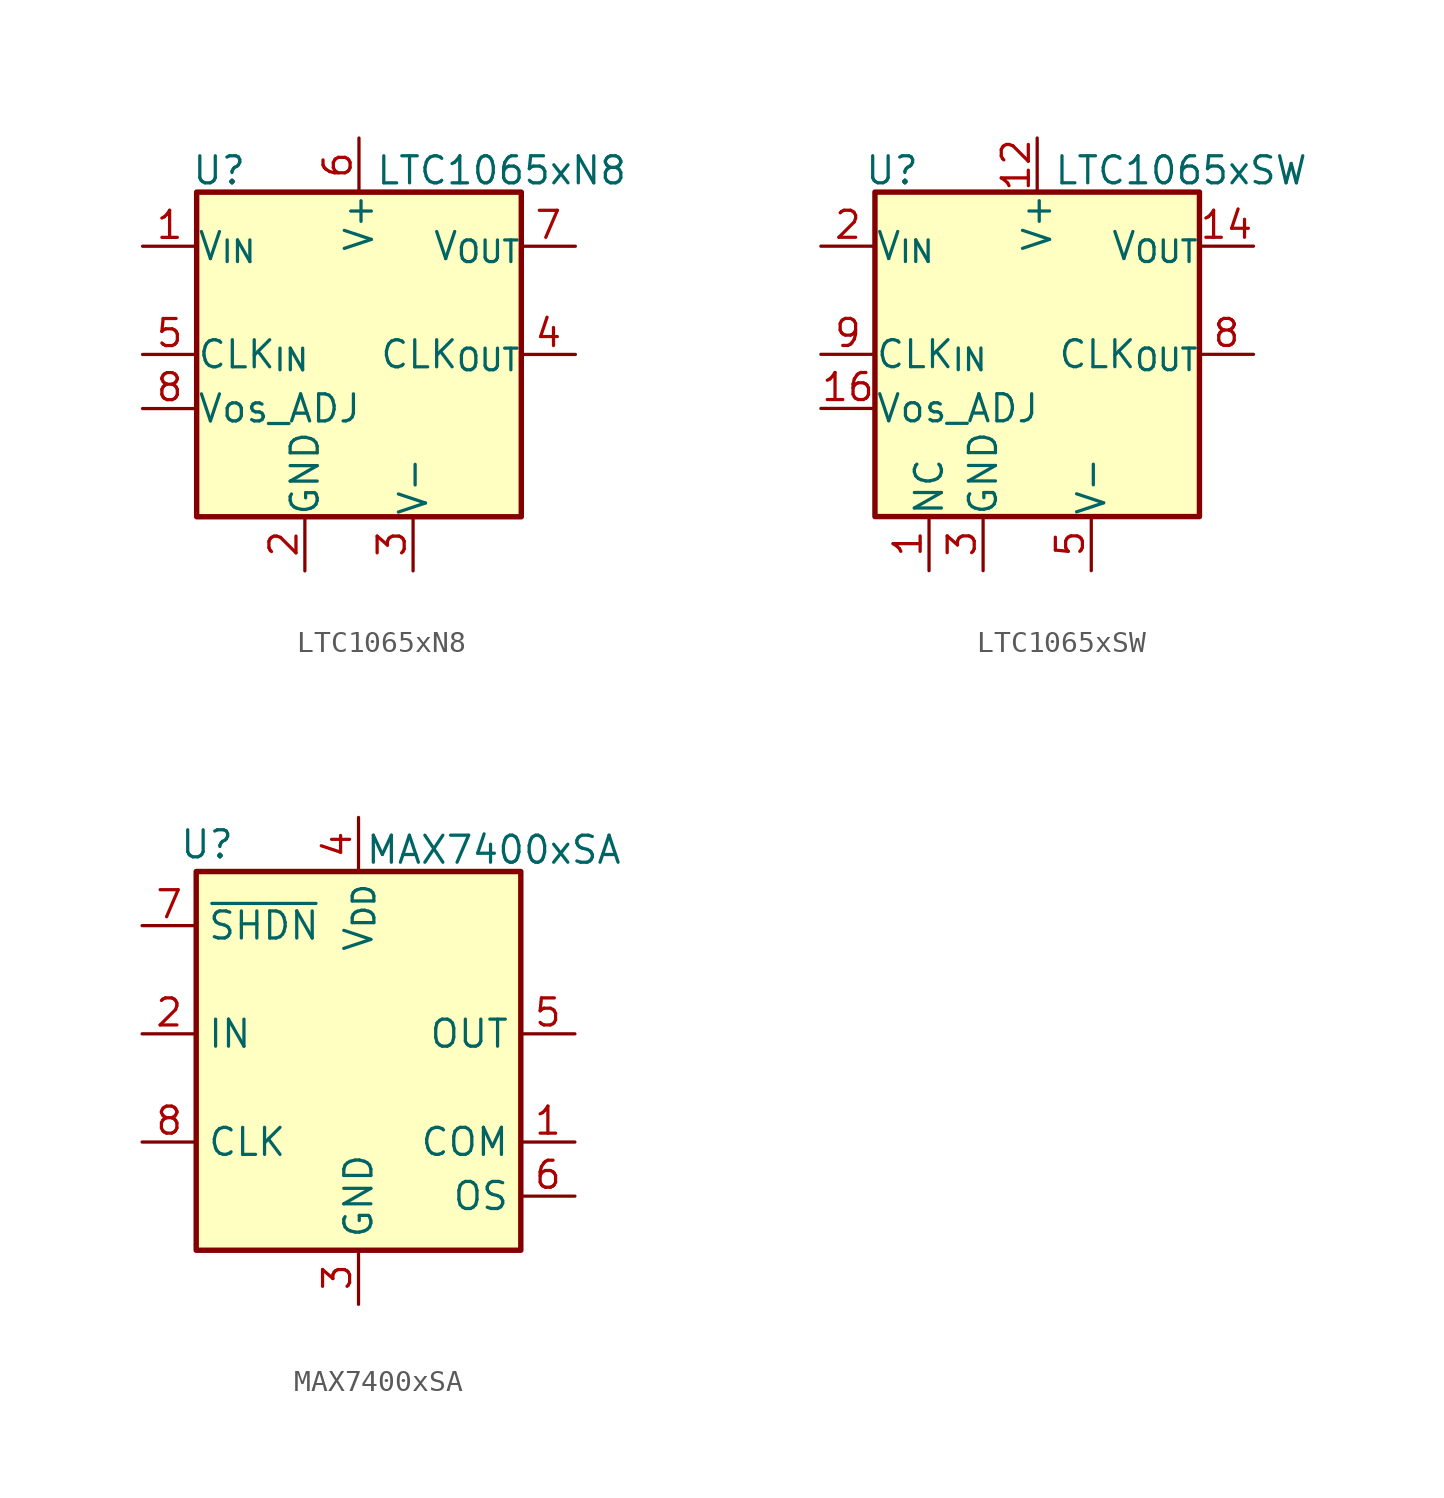
<source format=kicad_sym>
(kicad_symbol_lib
  (version 20241209)
  (generator "kicad_symbol_editor")
  (generator_version "9.0")
  (symbol "LTC1065xN8"
    (pin_names
      (offset 0.002))
    (property "Reference" "U"
      (at -7.874 8.636 0)
      (effects (font (size 1.27 1.27)) (justify left)))
    (property "Value" "LTC1065xN8"
      (at 0.762 8.636 0)
      (effects (font (size 1.27 1.27)) (justify left)))
    (symbol "LTC1065xN8_1_1"
      (rectangle (start -7.62 7.62) (end 7.62 -7.62) (stroke (width 0.254) (type solid)) (fill (type background)))
      (pin input line (at -10.16 5.08 0) (length 2.54) (name "V_{IN}" (effects (font (size 1.27 1.27)))) (number "1" (effects (font (size 1.27 1.27)))))
      (pin input line (at -10.16 0 0) (length 2.54) (name "CLK_{IN}" (effects (font (size 1.27 1.27)))) (number "5" (effects (font (size 1.27 1.27)))))
      (pin input line (at -10.16 -2.54 0) (length 2.54) (name "Vos_ADJ" (effects (font (size 1.27 1.27)))) (number "8" (effects (font (size 1.27 1.27)))))
      (pin power_in line (at -2.54 -10.16 90) (length 2.54) (name "GND" (effects (font (size 1.27 1.27)))) (number "2" (effects (font (size 1.27 1.27)))))
      (pin power_in line (at 0 10.16 270) (length 2.54) (name "V+" (effects (font (size 1.27 1.27)))) (number "6" (effects (font (size 1.27 1.27)))))
      (pin power_in line (at 2.54 -10.16 90) (length 2.54) (name "V-" (effects (font (size 1.27 1.27)))) (number "3" (effects (font (size 1.27 1.27)))))
      (pin output line (at 10.16 5.08 180) (length 2.54) (name "V_{OUT}" (effects (font (size 1.27 1.27)))) (number "7" (effects (font (size 1.27 1.27)))))
      (pin output line (at 10.16 0 180) (length 2.54) (name "CLK_{OUT}" (effects (font (size 1.27 1.27)))) (number "4" (effects (font (size 1.27 1.27)))))))
  (symbol "LTC1065xSW"
    (pin_names
      (offset 0.002))
    (property "Reference" "U"
      (at -8.128 8.636 0)
      (effects (font (size 1.27 1.27)) (justify left)))
    (property "Value" "LTC1065xSW"
      (at 0.762 8.636 0)
      (effects (font (size 1.27 1.27)) (justify left)))
    (symbol "LTC1065xSW_1_1"
      (rectangle (start -7.62 7.62) (end 7.62 -7.62) (stroke (width 0.254) (type solid)) (fill (type background)))
      (pin input line (at -10.16 5.08 0) (length 2.54) (name "V_{IN}" (effects (font (size 1.27 1.27)))) (number "2" (effects (font (size 1.27 1.27)))))
      (pin input line (at -10.16 0 0) (length 2.54) (name "CLK_{IN}" (effects (font (size 1.27 1.27)))) (number "9" (effects (font (size 1.27 1.27)))))
      (pin input line (at -10.16 -2.54 0) (length 2.54) (name "Vos_ADJ" (effects (font (size 1.27 1.27)))) (number "16" (effects (font (size 1.27 1.27)))))
      (pin passive line (at -5.08 -10.16 90) (length 2.54) (name "NC" (effects (font (size 1.27 1.27)))) (number "1" (effects (font (size 1.27 1.27)))))
      (pin passive line (at -5.08 -10.16 90) (length 2.54) (hide yes) (name "NC" (effects (font (size 1.27 1.27)))) (number "10" (effects (font (size 1.27 1.27)))))
      (pin passive line (at -5.08 -10.16 90) (length 2.54) (hide yes) (name "NC" (effects (font (size 1.27 1.27)))) (number "11" (effects (font (size 1.27 1.27)))))
      (pin passive line (at -5.08 -10.16 90) (length 2.54) (hide yes) (name "NC" (effects (font (size 1.27 1.27)))) (number "13" (effects (font (size 1.27 1.27)))))
      (pin passive line (at -5.08 -10.16 90) (length 2.54) (hide yes) (name "NC" (effects (font (size 1.27 1.27)))) (number "15" (effects (font (size 1.27 1.27)))))
      (pin passive line (at -5.08 -10.16 90) (length 2.54) (hide yes) (name "NC" (effects (font (size 1.27 1.27)))) (number "4" (effects (font (size 1.27 1.27)))))
      (pin passive line (at -5.08 -10.16 90) (length 2.54) (hide yes) (name "NC" (effects (font (size 1.27 1.27)))) (number "6" (effects (font (size 1.27 1.27)))))
      (pin passive line (at -5.08 -10.16 90) (length 2.54) (hide yes) (name "NC" (effects (font (size 1.27 1.27)))) (number "7" (effects (font (size 1.27 1.27)))))
      (pin power_in line (at -2.54 -10.16 90) (length 2.54) (name "GND" (effects (font (size 1.27 1.27)))) (number "3" (effects (font (size 1.27 1.27)))))
      (pin power_in line (at 0 10.16 270) (length 2.54) (name "V+" (effects (font (size 1.27 1.27)))) (number "12" (effects (font (size 1.27 1.27)))))
      (pin power_in line (at 2.54 -10.16 90) (length 2.54) (name "V-" (effects (font (size 1.27 1.27)))) (number "5" (effects (font (size 1.27 1.27)))))
      (pin output line (at 10.16 5.08 180) (length 2.54) (name "V_{OUT}" (effects (font (size 1.27 1.27)))) (number "14" (effects (font (size 1.27 1.27)))))
      (pin output line (at 10.16 0 180) (length 2.54) (name "CLK_{OUT}" (effects (font (size 1.27 1.27)))) (number "8" (effects (font (size 1.27 1.27)))))))
  (symbol "MAX7400xSA"
    (property "Reference" "U"
      (at -7.112 8.89 0)
      (effects (font (size 1.27 1.27))))
    (property "Value" "MAX7400xSA"
      (at 6.35 8.636 0)
      (effects (font (size 1.27 1.27))))
    (symbol "MAX7400xSA_1_1"
      (rectangle (start -7.62 7.62) (end 7.62 -10.16) (stroke (width 0.254) (type solid)) (fill (type background)))
      (pin input line (at -10.16 5.08 0) (length 2.54) (name "~{SHDN}" (effects (font (size 1.27 1.27)))) (number "7" (effects (font (size 1.27 1.27)))))
      (pin input line (at -10.16 0 0) (length 2.54) (name "IN" (effects (font (size 1.27 1.27)))) (number "2" (effects (font (size 1.27 1.27)))))
      (pin input line (at -10.16 -5.08 0) (length 2.54) (name "CLK" (effects (font (size 1.27 1.27)))) (number "8" (effects (font (size 1.27 1.27)))))
      (pin power_in line (at 0 10.16 270) (length 2.54) (name "V_{DD}" (effects (font (size 1.27 1.27)))) (number "4" (effects (font (size 1.27 1.27)))))
      (pin power_in line (at 0 -12.7 90) (length 2.54) (name "GND" (effects (font (size 1.27 1.27)))) (number "3" (effects (font (size 1.27 1.27)))))
      (pin output line (at 10.16 0 180) (length 2.54) (name "OUT" (effects (font (size 1.27 1.27)))) (number "5" (effects (font (size 1.27 1.27)))))
      (pin passive line (at 10.16 -5.08 180) (length 2.54) (name "COM" (effects (font (size 1.27 1.27)))) (number "1" (effects (font (size 1.27 1.27)))))
      (pin passive line (at 10.16 -7.62 180) (length 2.54) (name "OS" (effects (font (size 1.27 1.27)))) (number "6" (effects (font (size 1.27 1.27))))))))
</source>
